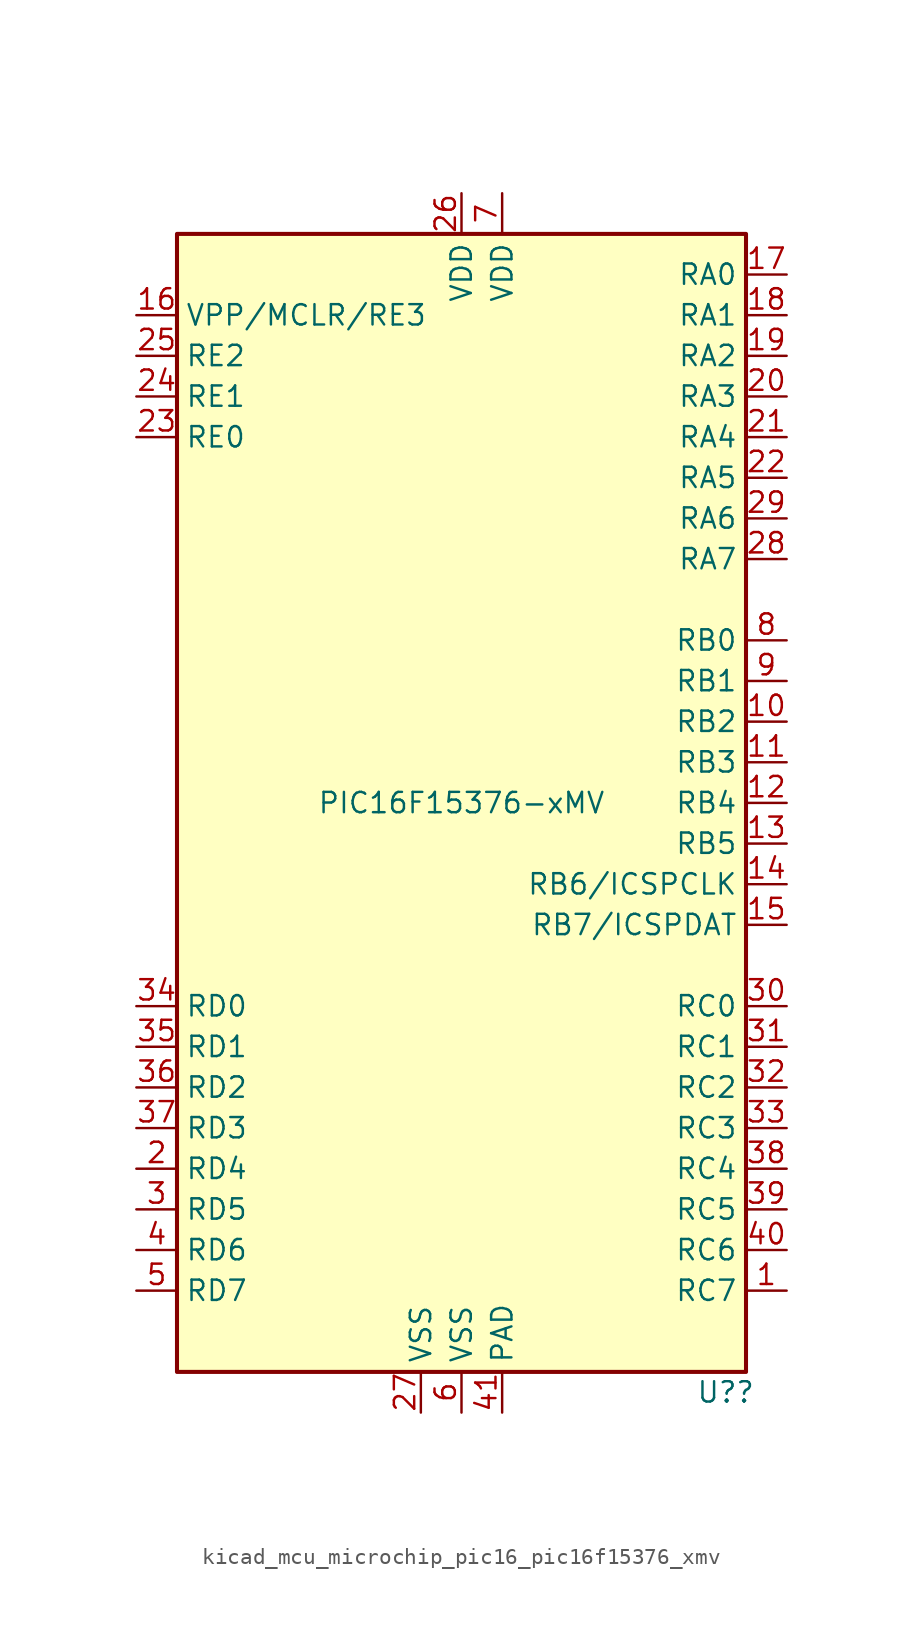
<source format=kicad_sym>
(kicad_symbol_lib
  (version 20220914)
  (generator kicad_symbol_editor)
  (symbol "kicad_mcu_microchip_pic16_pic16f15376_xmv"
    (property "Reference" "U?"
      (at 16.51 -36.83 0)
      (effects (font (size 1.27 1.27))))
    (property "Value" "PIC16F15376-xMV"
      (at 0 0 0)
      (effects (font (size 1.27 1.27))))
    (symbol "kicad_mcu_microchip_pic16_pic16f15376_xmv_0_0"
      (pin power_in line (at 2.54 -38.1 90) (length 2.54) (name "PAD" (effects (font (size 1.27 1.27)))) (number "41" (effects (font (size 1.27 1.27))))))
    (symbol "kicad_mcu_microchip_pic16_pic16f15376_xmv_0_1"
      (rectangle (start -17.78 35.56) (end 17.78 -35.56) (stroke (width 0.254) (type default)) (fill (type background))))
    (symbol "kicad_mcu_microchip_pic16_pic16f15376_xmv_1_1"
      (pin bidirectional line (at 20.32 -30.48 180) (length 2.54) (name "RC7" (effects (font (size 1.27 1.27)))) (number "1" (effects (font (size 1.27 1.27)))))
      (pin bidirectional line (at 20.32 5.08 180) (length 2.54) (name "RB2" (effects (font (size 1.27 1.27)))) (number "10" (effects (font (size 1.27 1.27)))))
      (pin bidirectional line (at 20.32 2.54 180) (length 2.54) (name "RB3" (effects (font (size 1.27 1.27)))) (number "11" (effects (font (size 1.27 1.27)))))
      (pin bidirectional line (at 20.32 0 180) (length 2.54) (name "RB4" (effects (font (size 1.27 1.27)))) (number "12" (effects (font (size 1.27 1.27)))))
      (pin bidirectional line (at 20.32 -2.54 180) (length 2.54) (name "RB5" (effects (font (size 1.27 1.27)))) (number "13" (effects (font (size 1.27 1.27)))))
      (pin bidirectional line (at 20.32 -5.08 180) (length 2.54) (name "RB6/ICSPCLK" (effects (font (size 1.27 1.27)))) (number "14" (effects (font (size 1.27 1.27)))))
      (pin bidirectional line (at 20.32 -7.62 180) (length 2.54) (name "RB7/ICSPDAT" (effects (font (size 1.27 1.27)))) (number "15" (effects (font (size 1.27 1.27)))))
      (pin bidirectional line (at -20.32 30.48 0) (length 2.54) (name "VPP/MCLR/RE3" (effects (font (size 1.27 1.27)))) (number "16" (effects (font (size 1.27 1.27)))))
      (pin bidirectional line (at 20.32 33.02 180) (length 2.54) (name "RA0" (effects (font (size 1.27 1.27)))) (number "17" (effects (font (size 1.27 1.27)))))
      (pin bidirectional line (at 20.32 30.48 180) (length 2.54) (name "RA1" (effects (font (size 1.27 1.27)))) (number "18" (effects (font (size 1.27 1.27)))))
      (pin bidirectional line (at 20.32 27.94 180) (length 2.54) (name "RA2" (effects (font (size 1.27 1.27)))) (number "19" (effects (font (size 1.27 1.27)))))
      (pin bidirectional line (at -20.32 -22.86 0) (length 2.54) (name "RD4" (effects (font (size 1.27 1.27)))) (number "2" (effects (font (size 1.27 1.27)))))
      (pin bidirectional line (at 20.32 25.4 180) (length 2.54) (name "RA3" (effects (font (size 1.27 1.27)))) (number "20" (effects (font (size 1.27 1.27)))))
      (pin bidirectional line (at 20.32 22.86 180) (length 2.54) (name "RA4" (effects (font (size 1.27 1.27)))) (number "21" (effects (font (size 1.27 1.27)))))
      (pin bidirectional line (at 20.32 20.32 180) (length 2.54) (name "RA5" (effects (font (size 1.27 1.27)))) (number "22" (effects (font (size 1.27 1.27)))))
      (pin bidirectional line (at -20.32 22.86 0) (length 2.54) (name "RE0" (effects (font (size 1.27 1.27)))) (number "23" (effects (font (size 1.27 1.27)))))
      (pin bidirectional line (at -20.32 25.4 0) (length 2.54) (name "RE1" (effects (font (size 1.27 1.27)))) (number "24" (effects (font (size 1.27 1.27)))))
      (pin bidirectional line (at -20.32 27.94 0) (length 2.54) (name "RE2" (effects (font (size 1.27 1.27)))) (number "25" (effects (font (size 1.27 1.27)))))
      (pin power_in line (at 0 38.1 270) (length 2.54) (name "VDD" (effects (font (size 1.27 1.27)))) (number "26" (effects (font (size 1.27 1.27)))))
      (pin power_in line (at -2.54 -38.1 90) (length 2.54) (name "VSS" (effects (font (size 1.27 1.27)))) (number "27" (effects (font (size 1.27 1.27)))))
      (pin bidirectional line (at 20.32 15.24 180) (length 2.54) (name "RA7" (effects (font (size 1.27 1.27)))) (number "28" (effects (font (size 1.27 1.27)))))
      (pin bidirectional line (at 20.32 17.78 180) (length 2.54) (name "RA6" (effects (font (size 1.27 1.27)))) (number "29" (effects (font (size 1.27 1.27)))))
      (pin bidirectional line (at -20.32 -25.4 0) (length 2.54) (name "RD5" (effects (font (size 1.27 1.27)))) (number "3" (effects (font (size 1.27 1.27)))))
      (pin bidirectional line (at 20.32 -12.7 180) (length 2.54) (name "RC0" (effects (font (size 1.27 1.27)))) (number "30" (effects (font (size 1.27 1.27)))))
      (pin bidirectional line (at 20.32 -15.24 180) (length 2.54) (name "RC1" (effects (font (size 1.27 1.27)))) (number "31" (effects (font (size 1.27 1.27)))))
      (pin bidirectional line (at 20.32 -17.78 180) (length 2.54) (name "RC2" (effects (font (size 1.27 1.27)))) (number "32" (effects (font (size 1.27 1.27)))))
      (pin bidirectional line (at 20.32 -20.32 180) (length 2.54) (name "RC3" (effects (font (size 1.27 1.27)))) (number "33" (effects (font (size 1.27 1.27)))))
      (pin bidirectional line (at -20.32 -12.7 0) (length 2.54) (name "RD0" (effects (font (size 1.27 1.27)))) (number "34" (effects (font (size 1.27 1.27)))))
      (pin bidirectional line (at -20.32 -15.24 0) (length 2.54) (name "RD1" (effects (font (size 1.27 1.27)))) (number "35" (effects (font (size 1.27 1.27)))))
      (pin bidirectional line (at -20.32 -17.78 0) (length 2.54) (name "RD2" (effects (font (size 1.27 1.27)))) (number "36" (effects (font (size 1.27 1.27)))))
      (pin bidirectional line (at -20.32 -20.32 0) (length 2.54) (name "RD3" (effects (font (size 1.27 1.27)))) (number "37" (effects (font (size 1.27 1.27)))))
      (pin bidirectional line (at 20.32 -22.86 180) (length 2.54) (name "RC4" (effects (font (size 1.27 1.27)))) (number "38" (effects (font (size 1.27 1.27)))))
      (pin bidirectional line (at 20.32 -25.4 180) (length 2.54) (name "RC5" (effects (font (size 1.27 1.27)))) (number "39" (effects (font (size 1.27 1.27)))))
      (pin bidirectional line (at -20.32 -27.94 0) (length 2.54) (name "RD6" (effects (font (size 1.27 1.27)))) (number "4" (effects (font (size 1.27 1.27)))))
      (pin bidirectional line (at 20.32 -27.94 180) (length 2.54) (name "RC6" (effects (font (size 1.27 1.27)))) (number "40" (effects (font (size 1.27 1.27)))))
      (pin bidirectional line (at -20.32 -30.48 0) (length 2.54) (name "RD7" (effects (font (size 1.27 1.27)))) (number "5" (effects (font (size 1.27 1.27)))))
      (pin power_in line (at 0 -38.1 90) (length 2.54) (name "VSS" (effects (font (size 1.27 1.27)))) (number "6" (effects (font (size 1.27 1.27)))))
      (pin power_in line (at 2.54 38.1 270) (length 2.54) (name "VDD" (effects (font (size 1.27 1.27)))) (number "7" (effects (font (size 1.27 1.27)))))
      (pin bidirectional line (at 20.32 10.16 180) (length 2.54) (name "RB0" (effects (font (size 1.27 1.27)))) (number "8" (effects (font (size 1.27 1.27)))))
      (pin bidirectional line (at 20.32 7.62 180) (length 2.54) (name "RB1" (effects (font (size 1.27 1.27)))) (number "9" (effects (font (size 1.27 1.27))))))))
</source>
